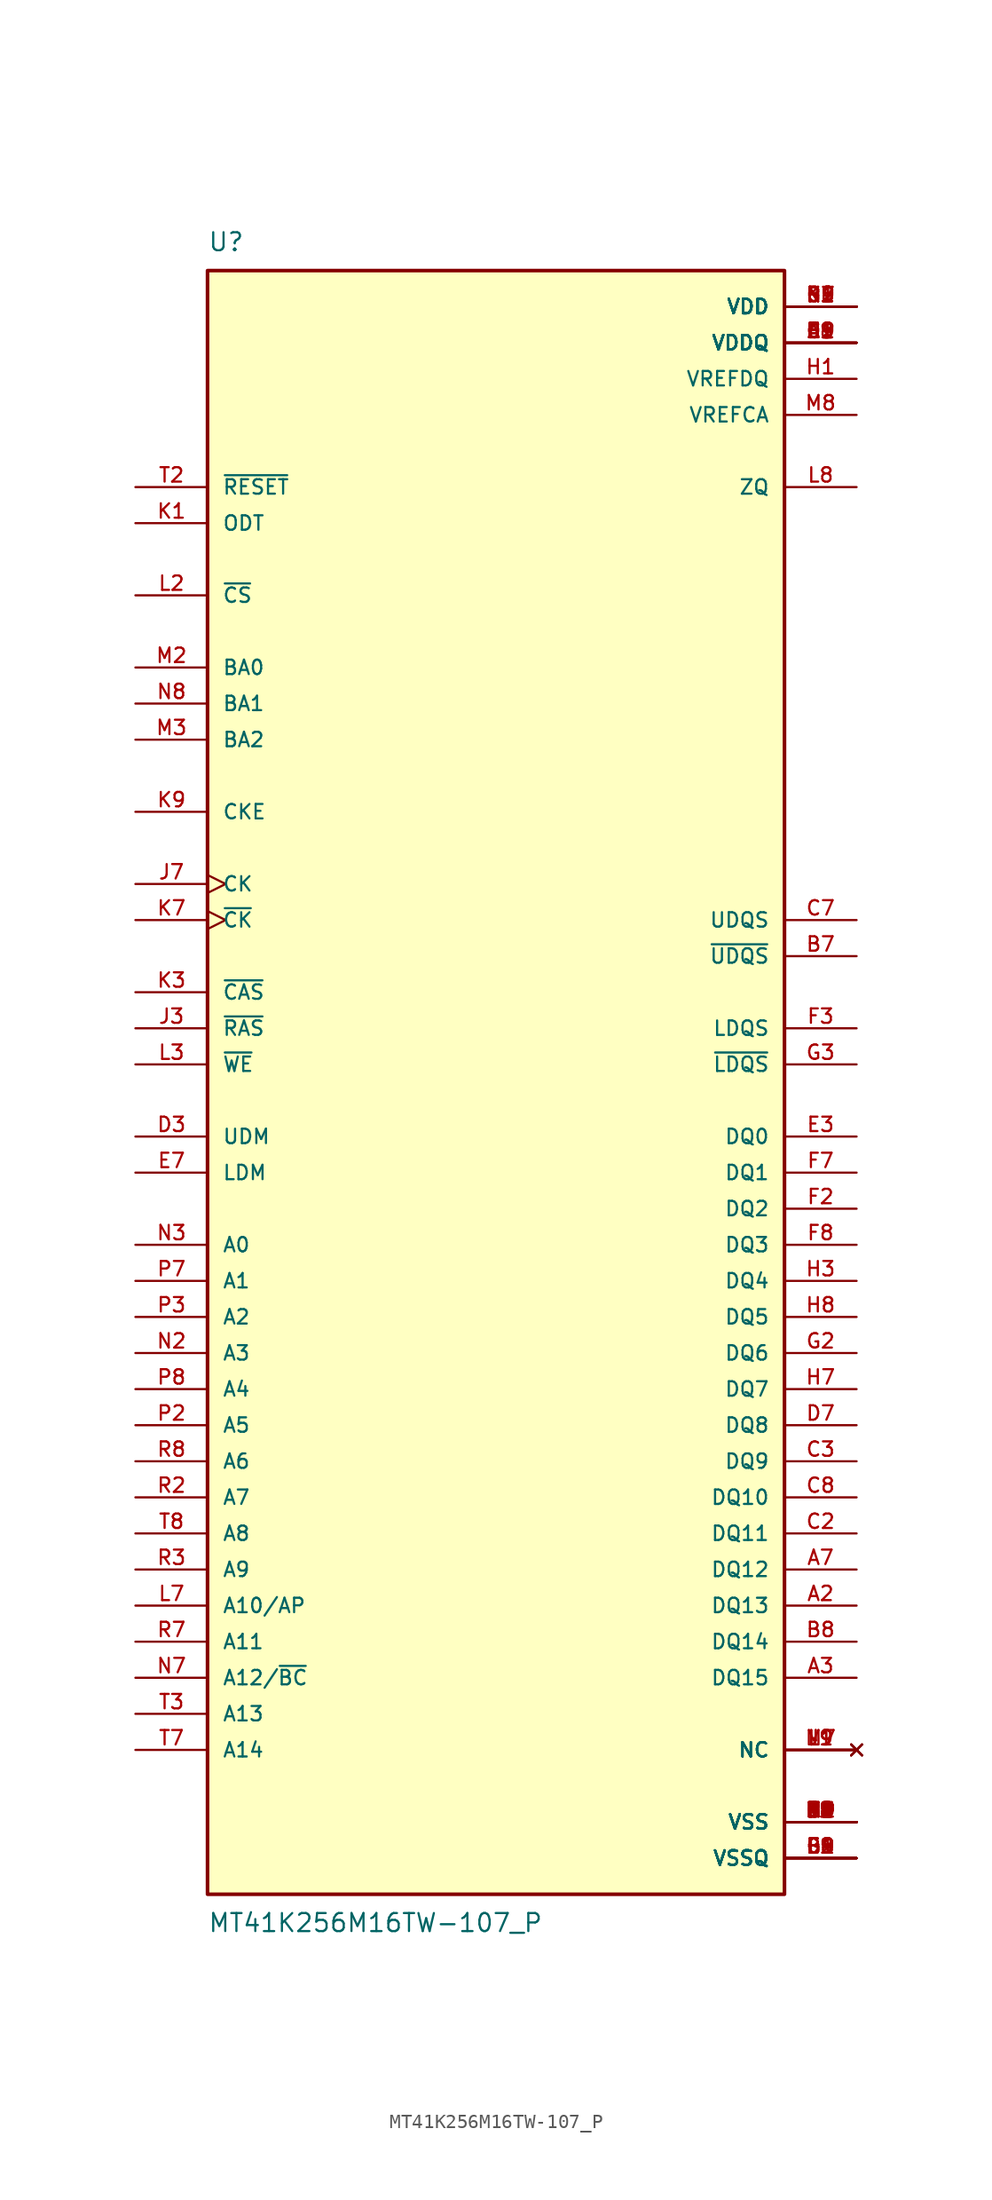
<source format=kicad_sym>
(kicad_symbol_lib
  (version 20211014)
  (generator kicad_symbol_editor)
  (symbol "MT41K256M16TW-107_P"
    (pin_names
      (offset 1.016))
    (property "Reference" "U"
      (at -20.32 57.15 0)
      (effects (font (size 1.27 1.27)) (justify bottom left)))
    (property "Value" "MT41K256M16TW-107_P"
      (at -20.32 -59.69 0.0)
      (effects (font (size 1.27 1.27)) (justify top left)))
    (symbol "MT41K256M16TW-107_P_0_0"
      (rectangle (start -20.32 -58.42) (end 20.32 55.88) (stroke (width 0.254)) (fill (type background)))
      (pin power_in line (at 25.4 50.8 180.0) (length 5.08) (name "VDDQ" (effects (font (size 1.016 1.016)))) (number "A1" (effects (font (size 1.016 1.016)))))
      (pin power_in line (at 25.4 50.8 180.0) (length 5.08) (name "VDDQ" (effects (font (size 1.016 1.016)))) (number "A8" (effects (font (size 1.016 1.016)))))
      (pin power_in line (at 25.4 50.8 180.0) (length 5.08) (name "VDDQ" (effects (font (size 1.016 1.016)))) (number "C1" (effects (font (size 1.016 1.016)))))
      (pin power_in line (at 25.4 50.8 180.0) (length 5.08) (name "VDDQ" (effects (font (size 1.016 1.016)))) (number "C9" (effects (font (size 1.016 1.016)))))
      (pin power_in line (at 25.4 50.8 180.0) (length 5.08) (name "VDDQ" (effects (font (size 1.016 1.016)))) (number "D2" (effects (font (size 1.016 1.016)))))
      (pin power_in line (at 25.4 50.8 180.0) (length 5.08) (name "VDDQ" (effects (font (size 1.016 1.016)))) (number "E9" (effects (font (size 1.016 1.016)))))
      (pin power_in line (at 25.4 50.8 180.0) (length 5.08) (name "VDDQ" (effects (font (size 1.016 1.016)))) (number "F1" (effects (font (size 1.016 1.016)))))
      (pin power_in line (at 25.4 50.8 180.0) (length 5.08) (name "VDDQ" (effects (font (size 1.016 1.016)))) (number "H2" (effects (font (size 1.016 1.016)))))
      (pin power_in line (at 25.4 50.8 180.0) (length 5.08) (name "VDDQ" (effects (font (size 1.016 1.016)))) (number "H9" (effects (font (size 1.016 1.016)))))
      (pin power_in line (at 25.4 -55.88 180.0) (length 5.08) (name "VSSQ" (effects (font (size 1.016 1.016)))) (number "B1" (effects (font (size 1.016 1.016)))))
      (pin power_in line (at 25.4 -55.88 180.0) (length 5.08) (name "VSSQ" (effects (font (size 1.016 1.016)))) (number "B9" (effects (font (size 1.016 1.016)))))
      (pin power_in line (at 25.4 -55.88 180.0) (length 5.08) (name "VSSQ" (effects (font (size 1.016 1.016)))) (number "D1" (effects (font (size 1.016 1.016)))))
      (pin power_in line (at 25.4 -55.88 180.0) (length 5.08) (name "VSSQ" (effects (font (size 1.016 1.016)))) (number "D8" (effects (font (size 1.016 1.016)))))
      (pin power_in line (at 25.4 -55.88 180.0) (length 5.08) (name "VSSQ" (effects (font (size 1.016 1.016)))) (number "E2" (effects (font (size 1.016 1.016)))))
      (pin power_in line (at 25.4 -55.88 180.0) (length 5.08) (name "VSSQ" (effects (font (size 1.016 1.016)))) (number "E8" (effects (font (size 1.016 1.016)))))
      (pin power_in line (at 25.4 -55.88 180.0) (length 5.08) (name "VSSQ" (effects (font (size 1.016 1.016)))) (number "F9" (effects (font (size 1.016 1.016)))))
      (pin power_in line (at 25.4 -55.88 180.0) (length 5.08) (name "VSSQ" (effects (font (size 1.016 1.016)))) (number "G1" (effects (font (size 1.016 1.016)))))
      (pin power_in line (at 25.4 -55.88 180.0) (length 5.08) (name "VSSQ" (effects (font (size 1.016 1.016)))) (number "G9" (effects (font (size 1.016 1.016)))))
      (pin bidirectional line (at 25.4 -25.4 180.0) (length 5.08) (name "DQ8" (effects (font (size 1.016 1.016)))) (number "D7" (effects (font (size 1.016 1.016)))))
      (pin power_in line (at 25.4 48.26 180.0) (length 5.08) (name "VREFDQ" (effects (font (size 1.016 1.016)))) (number "H1" (effects (font (size 1.016 1.016)))))
      (pin power_in line (at 25.4 -53.34 180.0) (length 5.08) (name "VSS" (effects (font (size 1.016 1.016)))) (number "A9" (effects (font (size 1.016 1.016)))))
      (pin power_in line (at 25.4 -53.34 180.0) (length 5.08) (name "VSS" (effects (font (size 1.016 1.016)))) (number "B3" (effects (font (size 1.016 1.016)))))
      (pin power_in line (at 25.4 -53.34 180.0) (length 5.08) (name "VSS" (effects (font (size 1.016 1.016)))) (number "E1" (effects (font (size 1.016 1.016)))))
      (pin power_in line (at 25.4 -53.34 180.0) (length 5.08) (name "VSS" (effects (font (size 1.016 1.016)))) (number "G8" (effects (font (size 1.016 1.016)))))
      (pin power_in line (at 25.4 -53.34 180.0) (length 5.08) (name "VSS" (effects (font (size 1.016 1.016)))) (number "J2" (effects (font (size 1.016 1.016)))))
      (pin power_in line (at 25.4 -53.34 180.0) (length 5.08) (name "VSS" (effects (font (size 1.016 1.016)))) (number "J8" (effects (font (size 1.016 1.016)))))
      (pin power_in line (at 25.4 -53.34 180.0) (length 5.08) (name "VSS" (effects (font (size 1.016 1.016)))) (number "M1" (effects (font (size 1.016 1.016)))))
      (pin power_in line (at 25.4 -53.34 180.0) (length 5.08) (name "VSS" (effects (font (size 1.016 1.016)))) (number "M9" (effects (font (size 1.016 1.016)))))
      (pin power_in line (at 25.4 -53.34 180.0) (length 5.08) (name "VSS" (effects (font (size 1.016 1.016)))) (number "P1" (effects (font (size 1.016 1.016)))))
      (pin power_in line (at 25.4 -53.34 180.0) (length 5.08) (name "VSS" (effects (font (size 1.016 1.016)))) (number "P9" (effects (font (size 1.016 1.016)))))
      (pin power_in line (at 25.4 -53.34 180.0) (length 5.08) (name "VSS" (effects (font (size 1.016 1.016)))) (number "T1" (effects (font (size 1.016 1.016)))))
      (pin power_in line (at 25.4 -53.34 180.0) (length 5.08) (name "VSS" (effects (font (size 1.016 1.016)))) (number "T9" (effects (font (size 1.016 1.016)))))
      (pin power_in line (at 25.4 53.34 180.0) (length 5.08) (name "VDD" (effects (font (size 1.016 1.016)))) (number "B2" (effects (font (size 1.016 1.016)))))
      (pin power_in line (at 25.4 53.34 180.0) (length 5.08) (name "VDD" (effects (font (size 1.016 1.016)))) (number "D9" (effects (font (size 1.016 1.016)))))
      (pin power_in line (at 25.4 53.34 180.0) (length 5.08) (name "VDD" (effects (font (size 1.016 1.016)))) (number "G7" (effects (font (size 1.016 1.016)))))
      (pin power_in line (at 25.4 53.34 180.0) (length 5.08) (name "VDD" (effects (font (size 1.016 1.016)))) (number "K2" (effects (font (size 1.016 1.016)))))
      (pin power_in line (at 25.4 53.34 180.0) (length 5.08) (name "VDD" (effects (font (size 1.016 1.016)))) (number "K8" (effects (font (size 1.016 1.016)))))
      (pin power_in line (at 25.4 53.34 180.0) (length 5.08) (name "VDD" (effects (font (size 1.016 1.016)))) (number "N1" (effects (font (size 1.016 1.016)))))
      (pin power_in line (at 25.4 53.34 180.0) (length 5.08) (name "VDD" (effects (font (size 1.016 1.016)))) (number "N9" (effects (font (size 1.016 1.016)))))
      (pin power_in line (at 25.4 53.34 180.0) (length 5.08) (name "VDD" (effects (font (size 1.016 1.016)))) (number "R1" (effects (font (size 1.016 1.016)))))
      (pin power_in line (at 25.4 53.34 180.0) (length 5.08) (name "VDD" (effects (font (size 1.016 1.016)))) (number "R9" (effects (font (size 1.016 1.016)))))
      (pin bidirectional line (at 25.4 -35.56 180.0) (length 5.08) (name "DQ12" (effects (font (size 1.016 1.016)))) (number "A7" (effects (font (size 1.016 1.016)))))
      (pin bidirectional line (at 25.4 -30.48 180.0) (length 5.08) (name "DQ10" (effects (font (size 1.016 1.016)))) (number "C8" (effects (font (size 1.016 1.016)))))
      (pin bidirectional line (at 25.4 -40.64 180.0) (length 5.08) (name "DQ14" (effects (font (size 1.016 1.016)))) (number "B8" (effects (font (size 1.016 1.016)))))
      (pin input line (at -25.4 -5.08 0) (length 5.08) (name "UDM" (effects (font (size 1.016 1.016)))) (number "D3" (effects (font (size 1.016 1.016)))))
      (pin bidirectional line (at 25.4 -5.08 180.0) (length 5.08) (name "DQ0" (effects (font (size 1.016 1.016)))) (number "E3" (effects (font (size 1.016 1.016)))))
      (pin bidirectional line (at 25.4 -15.24 180.0) (length 5.08) (name "DQ4" (effects (font (size 1.016 1.016)))) (number "H3" (effects (font (size 1.016 1.016)))))
      (pin bidirectional line (at 25.4 -10.16 180.0) (length 5.08) (name "DQ2" (effects (font (size 1.016 1.016)))) (number "F2" (effects (font (size 1.016 1.016)))))
      (pin bidirectional line (at 25.4 -20.32 180.0) (length 5.08) (name "DQ6" (effects (font (size 1.016 1.016)))) (number "G2" (effects (font (size 1.016 1.016)))))
      (pin bidirectional line (at 25.4 2.54 180.0) (length 5.08) (name "LDQS" (effects (font (size 1.016 1.016)))) (number "F3" (effects (font (size 1.016 1.016)))))
      (pin bidirectional line (at 25.4 0.0 180.0) (length 5.08) (name "~{LDQS}" (effects (font (size 1.016 1.016)))) (number "G3" (effects (font (size 1.016 1.016)))))
      (pin input line (at -25.4 17.78 0) (length 5.08) (name "CKE" (effects (font (size 1.016 1.016)))) (number "K9" (effects (font (size 1.016 1.016)))))
      (pin input line (at -25.4 38.1 0) (length 5.08) (name "ODT" (effects (font (size 1.016 1.016)))) (number "K1" (effects (font (size 1.016 1.016)))))
      (pin input line (at -25.4 0.0 0) (length 5.08) (name "~{WE}" (effects (font (size 1.016 1.016)))) (number "L3" (effects (font (size 1.016 1.016)))))
      (pin input line (at -25.4 -48.26 0) (length 5.08) (name "A14" (effects (font (size 1.016 1.016)))) (number "T7" (effects (font (size 1.016 1.016)))))
      (pin power_in line (at 25.4 45.72 180.0) (length 5.08) (name "VREFCA" (effects (font (size 1.016 1.016)))) (number "M8" (effects (font (size 1.016 1.016)))))
      (pin input line (at -25.4 22.86 0) (length 5.08) (name "BA2" (effects (font (size 1.016 1.016)))) (number "M3" (effects (font (size 1.016 1.016)))))
      (pin input line (at -25.4 -38.1 0) (length 5.08) (name "A10/AP" (effects (font (size 1.016 1.016)))) (number "L7" (effects (font (size 1.016 1.016)))))
      (pin input line (at -25.4 27.94 0) (length 5.08) (name "BA0" (effects (font (size 1.016 1.016)))) (number "M2" (effects (font (size 1.016 1.016)))))
      (pin input line (at -25.4 -22.86 0) (length 5.08) (name "A4" (effects (font (size 1.016 1.016)))) (number "P8" (effects (font (size 1.016 1.016)))))
      (pin input line (at -25.4 40.64 0) (length 5.08) (name "~{RESET}" (effects (font (size 1.016 1.016)))) (number "T2" (effects (font (size 1.016 1.016)))))
      (pin input line (at -25.4 -27.94 0) (length 5.08) (name "A6" (effects (font (size 1.016 1.016)))) (number "R8" (effects (font (size 1.016 1.016)))))
      (pin input line (at -25.4 -12.7 0) (length 5.08) (name "A0" (effects (font (size 1.016 1.016)))) (number "N3" (effects (font (size 1.016 1.016)))))
      (pin input line (at -25.4 -33.02 0) (length 5.08) (name "A8" (effects (font (size 1.016 1.016)))) (number "T8" (effects (font (size 1.016 1.016)))))
      (pin input line (at -25.4 -17.78 0) (length 5.08) (name "A2" (effects (font (size 1.016 1.016)))) (number "P3" (effects (font (size 1.016 1.016)))))
      (pin input line (at -25.4 -40.64 0) (length 5.08) (name "A11" (effects (font (size 1.016 1.016)))) (number "R7" (effects (font (size 1.016 1.016)))))
      (pin output line (at 25.4 40.64 180.0) (length 5.08) (name "ZQ" (effects (font (size 1.016 1.016)))) (number "L8" (effects (font (size 1.016 1.016)))))
      (pin bidirectional line (at 25.4 -27.94 180.0) (length 5.08) (name "DQ9" (effects (font (size 1.016 1.016)))) (number "C3" (effects (font (size 1.016 1.016)))))
      (pin bidirectional line (at 25.4 -38.1 180.0) (length 5.08) (name "DQ13" (effects (font (size 1.016 1.016)))) (number "A2" (effects (font (size 1.016 1.016)))))
      (pin bidirectional line (at 25.4 -17.78 180.0) (length 5.08) (name "DQ5" (effects (font (size 1.016 1.016)))) (number "H8" (effects (font (size 1.016 1.016)))))
      (pin input clock (at -25.4 12.7 0) (length 5.08) (name "CK" (effects (font (size 1.016 1.016)))) (number "J7" (effects (font (size 1.016 1.016)))))
      (pin input line (at -25.4 2.54 0) (length 5.08) (name "~{RAS}" (effects (font (size 1.016 1.016)))) (number "J3" (effects (font (size 1.016 1.016)))))
      (pin input line (at -25.4 5.08 0) (length 5.08) (name "~{CAS}" (effects (font (size 1.016 1.016)))) (number "K3" (effects (font (size 1.016 1.016)))))
      (pin input line (at -25.4 25.4 0) (length 5.08) (name "BA1" (effects (font (size 1.016 1.016)))) (number "N8" (effects (font (size 1.016 1.016)))))
      (pin input line (at -25.4 -25.4 0) (length 5.08) (name "A5" (effects (font (size 1.016 1.016)))) (number "P2" (effects (font (size 1.016 1.016)))))
      (pin input line (at -25.4 -15.24 0) (length 5.08) (name "A1" (effects (font (size 1.016 1.016)))) (number "P7" (effects (font (size 1.016 1.016)))))
      (pin input line (at -25.4 -20.32 0) (length 5.08) (name "A3" (effects (font (size 1.016 1.016)))) (number "N2" (effects (font (size 1.016 1.016)))))
      (pin input line (at -25.4 -30.48 0) (length 5.08) (name "A7" (effects (font (size 1.016 1.016)))) (number "R2" (effects (font (size 1.016 1.016)))))
      (pin input line (at -25.4 -35.56 0) (length 5.08) (name "A9" (effects (font (size 1.016 1.016)))) (number "R3" (effects (font (size 1.016 1.016)))))
      (pin input line (at -25.4 -45.72 0) (length 5.08) (name "A13" (effects (font (size 1.016 1.016)))) (number "T3" (effects (font (size 1.016 1.016)))))
      (pin input line (at -25.4 -43.18 0) (length 5.08) (name "A12/~{BC}" (effects (font (size 1.016 1.016)))) (number "N7" (effects (font (size 1.016 1.016)))))
      (pin input line (at -25.4 33.02 0) (length 5.08) (name "~{CS}" (effects (font (size 1.016 1.016)))) (number "L2" (effects (font (size 1.016 1.016)))))
      (pin input clock (at -25.4 10.16 0) (length 5.08) (name "~{CK}" (effects (font (size 1.016 1.016)))) (number "K7" (effects (font (size 1.016 1.016)))))
      (pin bidirectional line (at 25.4 -7.62 180.0) (length 5.08) (name "DQ1" (effects (font (size 1.016 1.016)))) (number "F7" (effects (font (size 1.016 1.016)))))
      (pin bidirectional line (at 25.4 -12.7 180.0) (length 5.08) (name "DQ3" (effects (font (size 1.016 1.016)))) (number "F8" (effects (font (size 1.016 1.016)))))
      (pin bidirectional line (at 25.4 -22.86 180.0) (length 5.08) (name "DQ7" (effects (font (size 1.016 1.016)))) (number "H7" (effects (font (size 1.016 1.016)))))
      (pin input line (at -25.4 -7.62 0) (length 5.08) (name "LDM" (effects (font (size 1.016 1.016)))) (number "E7" (effects (font (size 1.016 1.016)))))
      (pin bidirectional line (at 25.4 -33.02 180.0) (length 5.08) (name "DQ11" (effects (font (size 1.016 1.016)))) (number "C2" (effects (font (size 1.016 1.016)))))
      (pin bidirectional line (at 25.4 -43.18 180.0) (length 5.08) (name "DQ15" (effects (font (size 1.016 1.016)))) (number "A3" (effects (font (size 1.016 1.016)))))
      (pin bidirectional line (at 25.4 10.16 180.0) (length 5.08) (name "UDQS" (effects (font (size 1.016 1.016)))) (number "C7" (effects (font (size 1.016 1.016)))))
      (pin bidirectional line (at 25.4 7.62 180.0) (length 5.08) (name "~{UDQS}" (effects (font (size 1.016 1.016)))) (number "B7" (effects (font (size 1.016 1.016)))))
      (pin no_connect line (at 25.4 -48.26 180.0) (length 5.08) (name "NC" (effects (font (size 1.016 1.016)))) (number "J1" (effects (font (size 1.016 1.016)))))
      (pin no_connect line (at 25.4 -48.26 180.0) (length 5.08) (name "NC" (effects (font (size 1.016 1.016)))) (number "J9" (effects (font (size 1.016 1.016)))))
      (pin no_connect line (at 25.4 -48.26 180.0) (length 5.08) (name "NC" (effects (font (size 1.016 1.016)))) (number "L1" (effects (font (size 1.016 1.016)))))
      (pin no_connect line (at 25.4 -48.26 180.0) (length 5.08) (name "NC" (effects (font (size 1.016 1.016)))) (number "L9" (effects (font (size 1.016 1.016)))))
      (pin no_connect line (at 25.4 -48.26 180.0) (length 5.08) (name "NC" (effects (font (size 1.016 1.016)))) (number "M7" (effects (font (size 1.016 1.016))))))))
</source>
